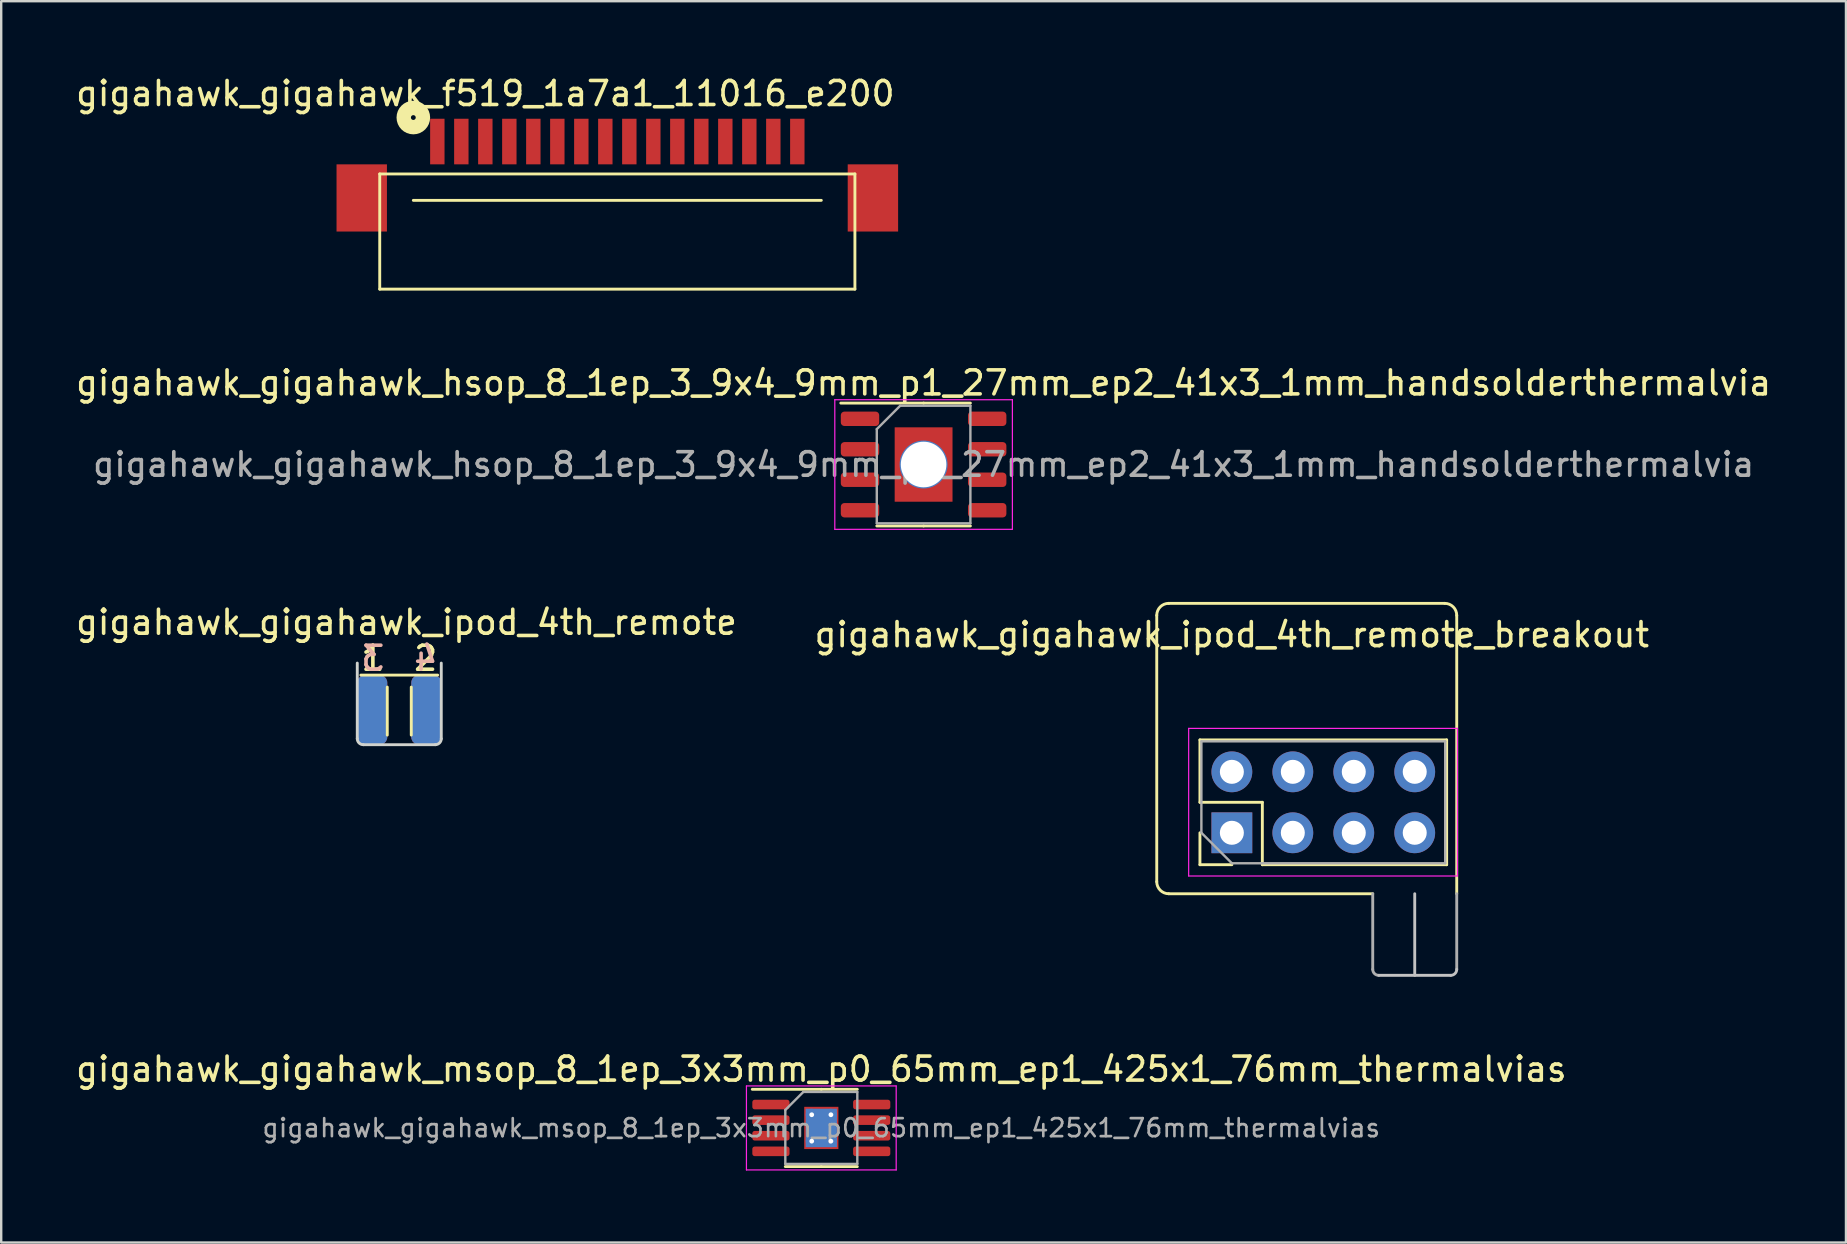
<source format=kicad_pcb>
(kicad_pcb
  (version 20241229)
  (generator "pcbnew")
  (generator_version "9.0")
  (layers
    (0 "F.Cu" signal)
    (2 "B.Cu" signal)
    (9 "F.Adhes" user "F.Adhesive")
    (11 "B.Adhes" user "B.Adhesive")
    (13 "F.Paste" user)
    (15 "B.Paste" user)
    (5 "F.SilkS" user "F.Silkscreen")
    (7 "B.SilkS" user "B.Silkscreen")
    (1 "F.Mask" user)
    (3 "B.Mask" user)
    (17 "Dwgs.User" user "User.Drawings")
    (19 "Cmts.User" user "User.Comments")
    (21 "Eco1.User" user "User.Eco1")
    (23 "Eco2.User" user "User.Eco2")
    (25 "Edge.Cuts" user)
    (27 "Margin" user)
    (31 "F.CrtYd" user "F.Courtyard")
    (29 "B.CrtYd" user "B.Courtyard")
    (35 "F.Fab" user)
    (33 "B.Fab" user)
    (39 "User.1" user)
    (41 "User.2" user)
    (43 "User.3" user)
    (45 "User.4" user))
  (footprint "gigahawk_gigahawk_ipod_4th_remote"
    (layer "F.Cu")
    (at 13.587 24.58)
    (property "Reference" "gigahawk_gigahawk_ipod_4th_remote" (at 0.3 -1.7 0) (layer "F.SilkS") (effects (font (size 1 1) (thickness 0.15))))
    (attr through_hole)
    (fp_line (start -1.6 0.5) (end 1.6 0.5) (stroke (width 0.12) (type solid)) (layer "F.SilkS"))
    (fp_line (start -0.5 1) (end -0.5 3) (stroke (width 0.12) (type solid)) (layer "F.SilkS"))
    (fp_line (start 0.5 1) (end 0.5 3) (stroke (width 0.12) (type solid)) (layer "F.SilkS"))
    (fp_line (start -1.75 0) (end -1.75 3.15) (stroke (width 0.12) (type solid)) (layer "Edge.Cuts"))
    (fp_line (start -1.5 3.4) (end 1.5 3.4) (stroke (width 0.12) (type solid)) (layer "Edge.Cuts"))
    (fp_line (start 1.75 0) (end 1.75 3.15) (stroke (width 0.12) (type solid)) (layer "Edge.Cuts"))
    (fp_arc (start -1.5 3.4) (mid -1.676777 3.326777) (end -1.75 3.15) (stroke (width 0.12) (type solid)) (layer "Edge.Cuts"))
    (fp_arc (start 1.75 3.15) (mid 1.676777 3.326777) (end 1.5 3.4) (stroke (width 0.12) (type solid)) (layer "Edge.Cuts"))
    (fp_text user "1" (at -1.1 -0.2 0) (layer "F.SilkS") (effects (font (size 1 1) (thickness 0.15))))
    (fp_text user "2" (at 1.1 -0.2 0) (layer "F.SilkS") (effects (font (size 1 1) (thickness 0.15))))
    (fp_text user "4" (at 1.1 -0.2 0) (layer "B.SilkS") (effects (font (size 1 1) (thickness 0.15)) (justify mirror)))
    (fp_text user "3" (at -1.1 -0.2 0) (layer "B.SilkS") (effects (font (size 1 1) (thickness 0.15)) (justify mirror)))
    (pad "1" connect roundrect (at -1.125 1.95) (size 1.25 2.9) (layers "F.Cu" "F.Mask") (roundrect_rratio 0.25))
    (pad "2" connect roundrect (at 1.125 1.95) (size 1.25 2.9) (layers "F.Cu" "F.Mask") (roundrect_rratio 0.25))
    (pad "3" connect roundrect (at -1.125 1.95) (size 1.25 2.9) (layers "B.Cu" "B.Mask") (roundrect_rratio 0.25))
    (pad "4" connect roundrect (at 1.125 1.95) (size 1.25 2.9) (layers "B.Cu" "B.Mask") (roundrect_rratio 0.25)))
  (footprint "gigahawk_gigahawk_msop_8_1ep_3x3mm_p0_65mm_ep1_425x1_76mm_thermalvias"
    (layer "F.Cu")
    (at 31.173 43.95)
    (property "Reference" "gigahawk_gigahawk_msop_8_1ep_3x3mm_p0_65mm_ep1_425x1_76mm_thermalvias" (at 0 -2.45 0) (layer "F.SilkS") (effects (font (size 1 1) (thickness 0.15))))
    (attr smd)
    (fp_line (start 0 -1.61) (end -2.875 -1.61) (stroke (width 0.12) (type solid)) (layer "F.SilkS"))
    (fp_line (start 0 -1.61) (end 1.5 -1.61) (stroke (width 0.12) (type solid)) (layer "F.SilkS"))
    (fp_line (start 0 1.61) (end -1.5 1.61) (stroke (width 0.12) (type solid)) (layer "F.SilkS"))
    (fp_line (start 0 1.61) (end 1.5 1.61) (stroke (width 0.12) (type solid)) (layer "F.SilkS"))
    (fp_line (start -3.12 -1.75) (end -3.12 1.75) (stroke (width 0.05) (type solid)) (layer "F.CrtYd"))
    (fp_line (start -3.12 1.75) (end 3.12 1.75) (stroke (width 0.05) (type solid)) (layer "F.CrtYd"))
    (fp_line (start 3.12 -1.75) (end -3.12 -1.75) (stroke (width 0.05) (type solid)) (layer "F.CrtYd"))
    (fp_line (start 3.12 1.75) (end 3.12 -1.75) (stroke (width 0.05) (type solid)) (layer "F.CrtYd"))
    (fp_line (start -1.5 -0.75) (end -0.75 -1.5) (stroke (width 0.1) (type solid)) (layer "F.Fab"))
    (fp_line (start -1.5 1.5) (end -1.5 -0.75) (stroke (width 0.1) (type solid)) (layer "F.Fab"))
    (fp_line (start -0.75 -1.5) (end 1.5 -1.5) (stroke (width 0.1) (type solid)) (layer "F.Fab"))
    (fp_line (start 1.5 -1.5) (end 1.5 1.5) (stroke (width 0.1) (type solid)) (layer "F.Fab"))
    (fp_line (start 1.5 1.5) (end -1.5 1.5) (stroke (width 0.1) (type solid)) (layer "F.Fab"))
    (fp_text user "${REFERENCE}" (at 0 0 0) (layer "F.Fab") (effects (font (size 0.75 0.75) (thickness 0.11))))
    (pad "" smd roundrect (at -0.355 -0.44) (size 0.6 0.74) (layers "F.Paste") (roundrect_rratio 0.25))
    (pad "" smd roundrect (at -0.355 0.44) (size 0.6 0.74) (layers "F.Paste") (roundrect_rratio 0.25))
    (pad "" smd roundrect (at 0.355 -0.44) (size 0.6 0.74) (layers "F.Paste") (roundrect_rratio 0.25))
    (pad "" smd roundrect (at 0.355 0.44) (size 0.6 0.74) (layers "F.Paste") (roundrect_rratio 0.25))
    (pad "1" smd roundrect (at -2.1 -0.975) (size 1.55 0.4) (layers "F.Cu" "F.Mask" "F.Paste") (roundrect_rratio 0.25))
    (pad "2" smd roundrect (at -2.1 -0.325) (size 1.55 0.4) (layers "F.Cu" "F.Mask" "F.Paste") (roundrect_rratio 0.25))
    (pad "3" smd roundrect (at -2.1 0.325) (size 1.55 0.4) (layers "F.Cu" "F.Mask" "F.Paste") (roundrect_rratio 0.25))
    (pad "4" smd roundrect (at -2.1 0.975) (size 1.55 0.4) (layers "F.Cu" "F.Mask" "F.Paste") (roundrect_rratio 0.25))
    (pad "5" smd roundrect (at 2.1 0.975) (size 1.55 0.4) (layers "F.Cu" "F.Mask" "F.Paste") (roundrect_rratio 0.25))
    (pad "6" smd roundrect (at 2.1 0.325) (size 1.55 0.4) (layers "F.Cu" "F.Mask" "F.Paste") (roundrect_rratio 0.25))
    (pad "7" smd roundrect (at 2.1 -0.325) (size 1.55 0.4) (layers "F.Cu" "F.Mask" "F.Paste") (roundrect_rratio 0.25))
    (pad "8" smd roundrect (at 2.1 -0.975) (size 1.55 0.4) (layers "F.Cu" "F.Mask" "F.Paste") (roundrect_rratio 0.25))
    (pad "9" thru_hole circle (at -0.4 -0.55) (size 0.5 0.5) (drill 0.2) (layers "*.Cu"))
    (pad "9" thru_hole circle (at -0.4 0.55) (size 0.5 0.5) (drill 0.2) (layers "*.Cu"))
    (pad "9" smd rect (at 0 0) (size 1.3 1.6) (layers "B.Cu"))
    (pad "9" smd rect (at 0 0) (size 1.425 1.76) (layers "F.Cu" "F.Mask"))
    (pad "9" thru_hole circle (at 0.4 -0.55) (size 0.5 0.5) (drill 0.2) (layers "*.Cu"))
    (pad "9" thru_hole circle (at 0.4 0.55) (size 0.5 0.5) (drill 0.2) (layers "*.Cu")))
  (footprint "gigahawk_gigahawk_ipod_4th_remote_breakout"
    (layer "F.Cu")
    (at 55.9 34.191)
    (property "Reference" "gigahawk_gigahawk_ipod_4th_remote_breakout" (at -7.62 -10.795 0) (layer "F.SilkS") (effects (font (size 1 1) (thickness 0.15))))
    (attr through_hole)
    (fp_line (start -10.75 -0.5) (end -10.75 -11.6) (stroke (width 0.12) (type solid)) (layer "F.SilkS"))
    (fp_line (start -10.25 -12.1) (end 1.25 -12.1) (stroke (width 0.12) (type solid)) (layer "F.SilkS"))
    (fp_line (start -8.95 -6.41) (end 1.33 -6.41) (stroke (width 0.12) (type solid)) (layer "F.SilkS"))
    (fp_line (start -8.95 -3.81) (end -8.95 -6.41) (stroke (width 0.12) (type solid)) (layer "F.SilkS"))
    (fp_line (start -8.95 -1.21) (end -8.95 -2.54) (stroke (width 0.12) (type solid)) (layer "F.SilkS"))
    (fp_line (start -7.62 -1.21) (end -8.95 -1.21) (stroke (width 0.12) (type solid)) (layer "F.SilkS"))
    (fp_line (start -6.35 -3.81) (end -8.95 -3.81) (stroke (width 0.12) (type solid)) (layer "F.SilkS"))
    (fp_line (start -6.35 -1.21) (end -6.35 -3.81) (stroke (width 0.12) (type solid)) (layer "F.SilkS"))
    (fp_line (start -6.35 -1.21) (end 1.33 -1.21) (stroke (width 0.12) (type solid)) (layer "F.SilkS"))
    (fp_line (start -1.75 0) (end -10.25 0) (stroke (width 0.12) (type solid)) (layer "F.SilkS"))
    (fp_line (start 1.33 -1.21) (end 1.33 -6.41) (stroke (width 0.12) (type solid)) (layer "F.SilkS"))
    (fp_line (start 1.75 -11.6) (end 1.75 0) (stroke (width 0.12) (type solid)) (layer "F.SilkS"))
    (fp_arc (start -10.75 -11.6) (mid -10.603553 -11.953553) (end -10.25 -12.1) (stroke (width 0.12) (type solid)) (layer "F.SilkS"))
    (fp_arc (start -10.25 0) (mid -10.603553 -0.146447) (end -10.75 -0.5) (stroke (width 0.12) (type solid)) (layer "F.SilkS"))
    (fp_arc (start 1.25 -12.1) (mid 1.603553 -11.953553) (end 1.75 -11.6) (stroke (width 0.12) (type solid)) (layer "F.SilkS"))
    (fp_line (start -1.5 3.4) (end 1.5 3.4) (stroke (width 0.12) (type solid)) (layer "Dwgs.User"))
    (fp_line (start 0 0) (end 0 3.4) (stroke (width 0.12) (type solid)) (layer "Dwgs.User"))
    (fp_arc (start 1.75 3.15) (mid 1.676777 3.326777) (end 1.5 3.4) (stroke (width 0.12) (type solid)) (layer "Dwgs.User"))
    (fp_line (start -9.42 -6.89) (end -9.42 -0.74) (stroke (width 0.05) (type solid)) (layer "F.CrtYd"))
    (fp_line (start -9.42 -0.74) (end 1.78 -0.74) (stroke (width 0.05) (type solid)) (layer "F.CrtYd"))
    (fp_line (start 1.78 -6.89) (end -9.42 -6.89) (stroke (width 0.05) (type solid)) (layer "F.CrtYd"))
    (fp_line (start 1.78 -0.74) (end 1.78 -6.89) (stroke (width 0.05) (type solid)) (layer "F.CrtYd"))
    (fp_line (start -8.89 -6.35) (end 1.27 -6.35) (stroke (width 0.1) (type solid)) (layer "F.Fab"))
    (fp_line (start -8.89 -2.54) (end -8.89 -6.35) (stroke (width 0.1) (type solid)) (layer "F.Fab"))
    (fp_line (start -7.62 -1.27) (end -8.89 -2.54) (stroke (width 0.1) (type solid)) (layer "F.Fab"))
    (fp_line (start -1.75 0) (end -1.75 3.15) (stroke (width 0.12) (type solid)) (layer "F.Fab"))
    (fp_line (start 1.27 -6.35) (end 1.27 -1.27) (stroke (width 0.1) (type solid)) (layer "F.Fab"))
    (fp_line (start 1.27 -1.27) (end -7.62 -1.27) (stroke (width 0.1) (type solid)) (layer "F.Fab"))
    (fp_line (start 1.75 0) (end 1.75 3.15) (stroke (width 0.12) (type solid)) (layer "F.Fab"))
    (fp_arc (start -1.5 3.4) (mid -1.676777 3.326777) (end -1.75 3.15) (stroke (width 0.12) (type solid)) (layer "F.Fab"))
    (pad "1" thru_hole oval (at -7.62 -5.08 90) (size 1.7 1.7) (drill 1) (layers "*.Cu" "*.Mask"))
    (pad "1" thru_hole rect (at -7.62 -2.54 90) (size 1.7 1.7) (drill 1) (layers "*.Cu" "*.Mask"))
    (pad "2" thru_hole oval (at -5.08 -5.08 90) (size 1.7 1.7) (drill 1) (layers "*.Cu" "*.Mask"))
    (pad "2" thru_hole oval (at -5.08 -2.54 90) (size 1.7 1.7) (drill 1) (layers "*.Cu" "*.Mask"))
    (pad "3" thru_hole oval (at -2.54 -5.08 90) (size 1.7 1.7) (drill 1) (layers "*.Cu" "*.Mask"))
    (pad "3" thru_hole oval (at -2.54 -2.54 90) (size 1.7 1.7) (drill 1) (layers "*.Cu" "*.Mask"))
    (pad "4" thru_hole oval (at 0 -5.08 90) (size 1.7 1.7) (drill 1) (layers "*.Cu" "*.Mask"))
    (pad "4" thru_hole oval (at 0 -2.54 90) (size 1.7 1.7) (drill 1) (layers "*.Cu" "*.Mask")))
  (footprint "gigahawk_gigahawk_hsop_8_1ep_3_9x4_9mm_p1_27mm_ep2_41x3_1mm_handsolderthermalvia"
    (layer "F.Cu")
    (at 35.435 16.306)
    (property "Reference" "gigahawk_gigahawk_hsop_8_1ep_3_9x4_9mm_p1_27mm_ep2_41x3_1mm_handsolderthermalvia" (at 0 -3.4 0) (layer "F.SilkS") (effects (font (size 1 1) (thickness 0.15))))
    (attr smd)
    (fp_line (start 0 -2.56) (end -3.45 -2.56) (stroke (width 0.12) (type solid)) (layer "F.SilkS"))
    (fp_line (start 0 -2.56) (end 1.95 -2.56) (stroke (width 0.12) (type solid)) (layer "F.SilkS"))
    (fp_line (start 0 2.56) (end -1.95 2.56) (stroke (width 0.12) (type solid)) (layer "F.SilkS"))
    (fp_line (start 0 2.56) (end 1.95 2.56) (stroke (width 0.12) (type solid)) (layer "F.SilkS"))
    (fp_line (start -3.7 -2.7) (end -3.7 2.7) (stroke (width 0.05) (type solid)) (layer "F.CrtYd"))
    (fp_line (start -3.7 2.7) (end 3.7 2.7) (stroke (width 0.05) (type solid)) (layer "F.CrtYd"))
    (fp_line (start 3.7 -2.7) (end -3.7 -2.7) (stroke (width 0.05) (type solid)) (layer "F.CrtYd"))
    (fp_line (start 3.7 2.7) (end 3.7 -2.7) (stroke (width 0.05) (type solid)) (layer "F.CrtYd"))
    (fp_line (start -1.95 -1.475) (end -0.975 -2.45) (stroke (width 0.1) (type solid)) (layer "F.Fab"))
    (fp_line (start -1.95 2.45) (end -1.95 -1.475) (stroke (width 0.1) (type solid)) (layer "F.Fab"))
    (fp_line (start -0.975 -2.45) (end 1.95 -2.45) (stroke (width 0.1) (type solid)) (layer "F.Fab"))
    (fp_line (start 1.95 -2.45) (end 1.95 2.45) (stroke (width 0.1) (type solid)) (layer "F.Fab"))
    (fp_line (start 1.95 2.45) (end -1.95 2.45) (stroke (width 0.1) (type solid)) (layer "F.Fab"))
    (fp_text user "${REFERENCE}" (at 0 0 0) (layer "F.Fab") (effects (font (size 0.98 0.98) (thickness 0.15))))
    (pad "1" smd roundrect (at -2.65 -1.905) (size 1.6 0.6) (layers "F.Cu" "F.Mask" "F.Paste") (roundrect_rratio 0.25))
    (pad "2" smd roundrect (at -2.65 -0.635) (size 1.6 0.6) (layers "F.Cu" "F.Mask" "F.Paste") (roundrect_rratio 0.25))
    (pad "3" smd roundrect (at -2.65 0.635) (size 1.6 0.6) (layers "F.Cu" "F.Mask" "F.Paste") (roundrect_rratio 0.25))
    (pad "4" smd roundrect (at -2.65 1.905) (size 1.6 0.6) (layers "F.Cu" "F.Mask" "F.Paste") (roundrect_rratio 0.25))
    (pad "5" smd roundrect (at 2.65 1.905) (size 1.6 0.6) (layers "F.Cu" "F.Mask" "F.Paste") (roundrect_rratio 0.25))
    (pad "6" smd roundrect (at 2.65 0.635) (size 1.6 0.6) (layers "F.Cu" "F.Mask" "F.Paste") (roundrect_rratio 0.25))
    (pad "7" smd roundrect (at 2.65 -0.635) (size 1.6 0.6) (layers "F.Cu" "F.Mask" "F.Paste") (roundrect_rratio 0.25))
    (pad "8" smd roundrect (at 2.65 -1.905) (size 1.6 0.6) (layers "F.Cu" "F.Mask" "F.Paste") (roundrect_rratio 0.25))
    (pad "9" thru_hole circle (at 0 0) (size 2 2) (drill 1.9) (layers "*.Cu" "*.Mask"))
    (pad "9" smd rect (at 0 0) (size 2.41 3.1) (layers "F.Cu" "F.Mask")))
  (footprint "gigahawk_gigahawk_f519_1a7a1_11016_e200"
    (layer "F.Cu")
    (at 15.173 2.848)
    (property "Reference" "gigahawk_gigahawk_f519_1a7a1_11016_e200" (at 2 -2 0) (layer "F.SilkS") (effects (font (size 1 1) (thickness 0.15))))
    (attr smd)
    (fp_line (start -2.4 1.35) (end -2.4 6.15) (stroke (width 0.12) (type solid)) (layer "F.SilkS"))
    (fp_line (start -2.4 1.35) (end 17.4 1.35) (stroke (width 0.12) (type solid)) (layer "F.SilkS"))
    (fp_line (start -2.4 6.15) (end 17.4 6.15) (stroke (width 0.12) (type solid)) (layer "F.SilkS"))
    (fp_line (start -1 2.45) (end 16 2.45) (stroke (width 0.12) (type solid)) (layer "F.SilkS"))
    (fp_line (start 17.4 6.15) (end 17.4 1.35) (stroke (width 0.12) (type solid)) (layer "F.SilkS"))
    (fp_circle (center -1 -1) (end -0.9 -1) (stroke (width 0.6) (type solid)) (fill no) (layer "F.SilkS"))
    (pad "1" smd rect (at 0 0) (size 0.6 1.9) (layers "F.Cu" "F.Mask" "F.Paste"))
    (pad "2" smd rect (at 1 0) (size 0.6 1.9) (layers "F.Cu" "F.Mask" "F.Paste"))
    (pad "3" smd rect (at 2 0) (size 0.6 1.9) (layers "F.Cu" "F.Mask" "F.Paste"))
    (pad "4" smd rect (at 3 0) (size 0.6 1.9) (layers "F.Cu" "F.Mask" "F.Paste"))
    (pad "5" smd rect (at 4 0) (size 0.6 1.9) (layers "F.Cu" "F.Mask" "F.Paste"))
    (pad "6" smd rect (at 5 0) (size 0.6 1.9) (layers "F.Cu" "F.Mask" "F.Paste"))
    (pad "7" smd rect (at 6 0) (size 0.6 1.9) (layers "F.Cu" "F.Mask" "F.Paste"))
    (pad "8" smd rect (at 7 0) (size 0.6 1.9) (layers "F.Cu" "F.Mask" "F.Paste"))
    (pad "9" smd rect (at 8 0) (size 0.6 1.9) (layers "F.Cu" "F.Mask" "F.Paste"))
    (pad "10" smd rect (at 9 0) (size 0.6 1.9) (layers "F.Cu" "F.Mask" "F.Paste"))
    (pad "11" smd rect (at 10 0) (size 0.6 1.9) (layers "F.Cu" "F.Mask" "F.Paste"))
    (pad "12" smd rect (at 11 0) (size 0.6 1.9) (layers "F.Cu" "F.Mask" "F.Paste"))
    (pad "13" smd rect (at 12 0) (size 0.6 1.9) (layers "F.Cu" "F.Mask" "F.Paste"))
    (pad "14" smd rect (at 13 0) (size 0.6 1.9) (layers "F.Cu" "F.Mask" "F.Paste"))
    (pad "15" smd rect (at 14 0) (size 0.6 1.9) (layers "F.Cu" "F.Mask" "F.Paste"))
    (pad "16" smd rect (at 15 0) (size 0.6 1.9) (layers "F.Cu" "F.Mask" "F.Paste"))
    (pad "MT1" smd rect (at -3.15 2.35) (size 2.1 2.8) (layers "F.Cu" "F.Mask" "F.Paste"))
    (pad "MT2" smd rect (at 18.15 2.35) (size 2.1 2.8) (layers "F.Cu" "F.Mask" "F.Paste")))
  (gr_rect
    (start -3 -3)
    (end 73.869 48.725)
    (stroke (width 0.1) (type default))
    (fill no)
    (layer "Edge.Cuts")))
</source>
